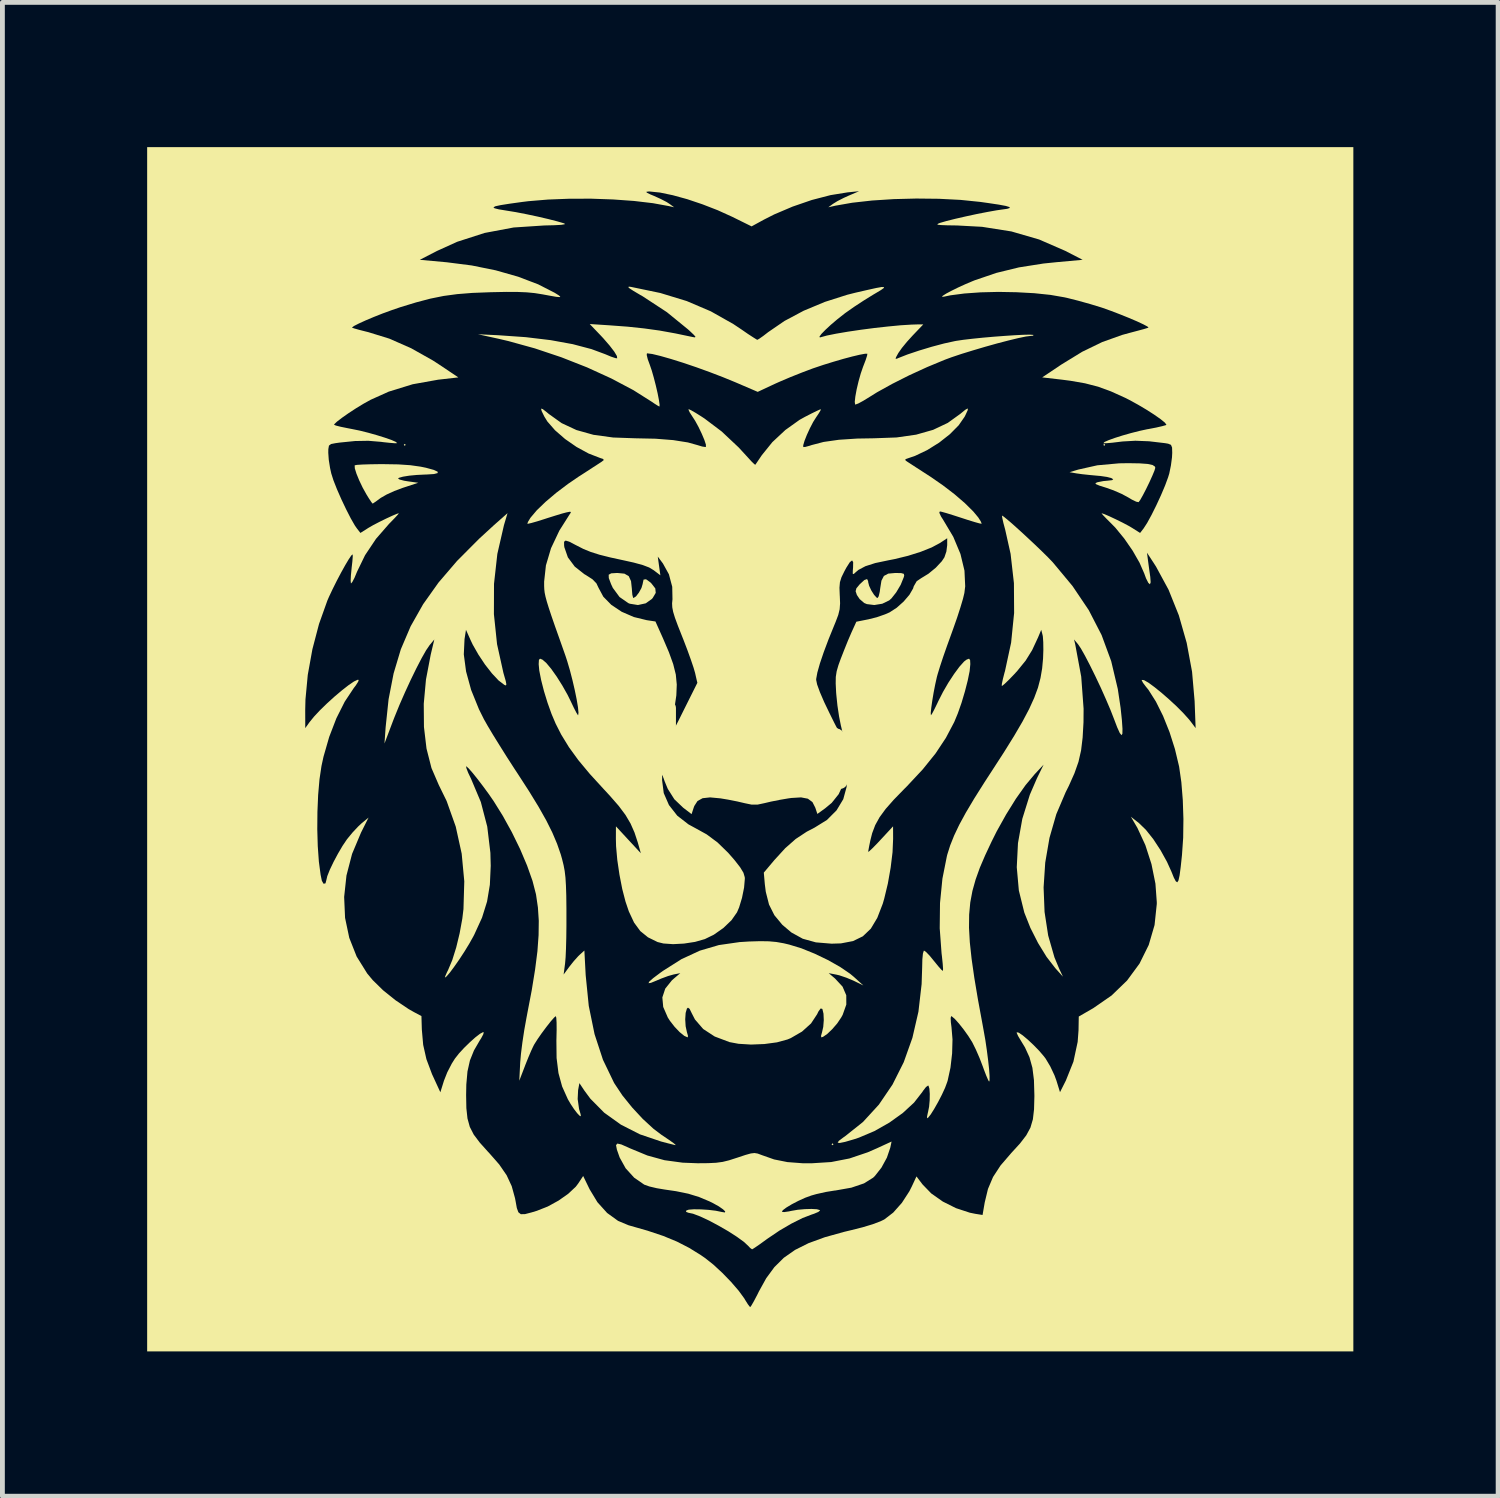
<source format=kicad_pcb>
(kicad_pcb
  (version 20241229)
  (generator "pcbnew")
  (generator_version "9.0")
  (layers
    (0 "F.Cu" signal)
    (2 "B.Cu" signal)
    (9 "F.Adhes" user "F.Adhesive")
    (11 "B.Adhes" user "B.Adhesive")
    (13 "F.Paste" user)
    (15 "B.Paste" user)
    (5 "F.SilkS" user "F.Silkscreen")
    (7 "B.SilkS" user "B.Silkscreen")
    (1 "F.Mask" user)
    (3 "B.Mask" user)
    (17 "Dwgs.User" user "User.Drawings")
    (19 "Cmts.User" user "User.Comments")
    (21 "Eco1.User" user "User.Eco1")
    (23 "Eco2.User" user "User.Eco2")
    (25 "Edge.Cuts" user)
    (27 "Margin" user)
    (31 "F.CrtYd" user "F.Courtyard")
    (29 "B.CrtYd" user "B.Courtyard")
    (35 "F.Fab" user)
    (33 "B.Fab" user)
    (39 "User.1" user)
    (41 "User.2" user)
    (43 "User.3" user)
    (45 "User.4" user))
  (footprint "lion"
    (layer "F.Cu")
    (at 12.588 12.46)
    (property "Reference" "lion" (at 0 0 0) (layer "F.SilkS") (effects (font (size 1.524 1.524) (thickness 0.3))))
    (attr through_hole)
    (fp_poly (pts (xy -7.229 -6.29) (xy -7.249 -6.27) (xy -7.269 -6.29) (xy -7.249 -6.31)) (stroke (width 0) (type solid)) (fill yes) (layer "F.SilkS"))
    (fp_poly (pts (xy 1.637 8.207) (xy 1.617 8.227) (xy 1.597 8.207) (xy 1.617 8.187)) (stroke (width 0) (type solid)) (fill yes) (layer "F.SilkS"))
    (fp_poly (pts (xy 7.269 -6.29) (xy 7.249 -6.27) (xy 7.229 -6.29) (xy 7.249 -6.31)) (stroke (width 0) (type solid)) (fill yes) (layer "F.SilkS"))
    (fp_poly (pts (xy -2.695 -3.62) (xy -2.606 -3.568) (xy -2.559 -3.465) (xy -2.541 -3.299) (xy -2.541 -3.288) (xy -2.532 -3.183) (xy -2.516 -3.122) (xy -2.509 -3.115) (xy -2.457 -3.148) (xy -2.396 -3.227) (xy -2.343 -3.323) (xy -2.317 -3.41) (xy -2.316 -3.42) (xy -2.299 -3.497) (xy -2.248 -3.504) (xy -2.16 -3.441) (xy -2.135 -3.416) (xy -2.056 -3.314) (xy -2.047 -3.222) (xy -2.109 -3.117) (xy -2.127 -3.096) (xy -2.255 -3.005) (xy -2.416 -2.97) (xy -2.584 -2.997) (xy -2.616 -3.01) (xy -2.797 -3.136) (xy -2.937 -3.326) (xy -2.973 -3.404) (xy -3.02 -3.529) (xy -3.022 -3.598) (xy -2.97 -3.627) (xy -2.853 -3.634) (xy -2.837 -3.634)) (stroke (width 0) (type solid)) (fill yes) (layer "F.SilkS"))
    (fp_poly (pts (xy 3.039 -3.632) (xy 3.094 -3.617) (xy 3.103 -3.582) (xy 3.093 -3.544) (xy 3.03 -3.389) (xy 2.938 -3.234) (xy 2.839 -3.108) (xy 2.792 -3.066) (xy 2.649 -2.997) (xy 2.483 -2.97) (xy 2.329 -2.989) (xy 2.274 -3.012) (xy 2.18 -3.093) (xy 2.122 -3.178) (xy 2.096 -3.256) (xy 2.112 -3.317) (xy 2.178 -3.396) (xy 2.182 -3.401) (xy 2.277 -3.488) (xy 2.333 -3.509) (xy 2.355 -3.466) (xy 2.356 -3.445) (xy 2.376 -3.368) (xy 2.422 -3.27) (xy 2.48 -3.179) (xy 2.533 -3.122) (xy 2.55 -3.115) (xy 2.574 -3.151) (xy 2.596 -3.243) (xy 2.605 -3.313) (xy 2.631 -3.475) (xy 2.682 -3.573) (xy 2.772 -3.621) (xy 2.916 -3.634) (xy 2.923 -3.634)) (stroke (width 0) (type solid)) (fill yes) (layer "F.SilkS"))
    (fp_poly (pts (xy -7.385 -5.885) (xy -7.134 -5.868) (xy -6.921 -5.838) (xy -6.809 -5.815) (xy -6.649 -5.771) (xy -6.568 -5.734) (xy -6.566 -5.705) (xy -6.643 -5.685) (xy -6.799 -5.675) (xy -6.834 -5.674) (xy -7 -5.666) (xy -7.158 -5.651) (xy -7.287 -5.63) (xy -7.369 -5.607) (xy -7.388 -5.591) (xy -7.353 -5.57) (xy -7.26 -5.546) (xy -7.179 -5.533) (xy -6.969 -5.504) (xy -7.292 -5.398) (xy -7.463 -5.334) (xy -7.623 -5.261) (xy -7.742 -5.193) (xy -7.758 -5.182) (xy -7.847 -5.116) (xy -7.905 -5.077) (xy -7.915 -5.072) (xy -7.941 -5.103) (xy -7.994 -5.183) (xy -8.041 -5.259) (xy -8.121 -5.403) (xy -8.193 -5.554) (xy -8.25 -5.693) (xy -8.284 -5.802) (xy -8.287 -5.862) (xy -8.285 -5.866) (xy -8.238 -5.875) (xy -8.126 -5.882) (xy -7.965 -5.887) (xy -7.769 -5.89) (xy -7.694 -5.89)) (stroke (width 0) (type solid)) (fill yes) (layer "F.SilkS"))
    (fp_poly (pts (xy 7.984 -5.906) (xy 8.149 -5.894) (xy 8.251 -5.872) (xy 8.3 -5.839) (xy 8.307 -5.814) (xy 8.29 -5.756) (xy 8.246 -5.65) (xy 8.185 -5.515) (xy 8.116 -5.373) (xy 8.049 -5.244) (xy 7.994 -5.147) (xy 7.961 -5.102) (xy 7.961 -5.102) (xy 7.911 -5.112) (xy 7.82 -5.156) (xy 7.748 -5.199) (xy 7.613 -5.272) (xy 7.441 -5.347) (xy 7.289 -5.401) (xy 7.149 -5.445) (xy 7.078 -5.475) (xy 7.066 -5.496) (xy 7.103 -5.513) (xy 7.109 -5.515) (xy 7.23 -5.539) (xy 7.318 -5.547) (xy 7.412 -5.558) (xy 7.435 -5.577) (xy 7.396 -5.601) (xy 7.304 -5.625) (xy 7.167 -5.645) (xy 7.119 -5.649) (xy 6.948 -5.665) (xy 6.789 -5.682) (xy 6.675 -5.698) (xy 6.669 -5.699) (xy 6.53 -5.723) (xy 6.709 -5.777) (xy 7.106 -5.866) (xy 7.559 -5.907) (xy 7.748 -5.91)) (stroke (width 0) (type solid)) (fill yes) (layer "F.SilkS"))
    (fp_poly (pts (xy 0.299 4) (xy 0.453 4.014) (xy 0.606 4.041) (xy 0.72 4.068) (xy 0.972 4.145) (xy 1.246 4.256) (xy 1.521 4.388) (xy 1.773 4.53) (xy 1.981 4.672) (xy 2.057 4.735) (xy 2.256 4.915) (xy 2.055 4.817) (xy 1.907 4.755) (xy 1.759 4.705) (xy 1.695 4.69) (xy 1.538 4.66) (xy 1.669 4.771) (xy 1.825 4.939) (xy 1.902 5.118) (xy 1.903 5.311) (xy 1.827 5.525) (xy 1.797 5.579) (xy 1.715 5.701) (xy 1.612 5.82) (xy 1.509 5.919) (xy 1.421 5.98) (xy 1.385 5.991) (xy 1.379 5.959) (xy 1.399 5.888) (xy 1.425 5.774) (xy 1.436 5.634) (xy 1.43 5.5) (xy 1.408 5.407) (xy 1.404 5.4) (xy 1.371 5.392) (xy 1.325 5.455) (xy 1.297 5.513) (xy 1.172 5.702) (xy 0.985 5.871) (xy 0.752 6.006) (xy 0.682 6.035) (xy 0.466 6.094) (xy 0.205 6.129) (xy -0.072 6.14) (xy -0.332 6.124) (xy -0.518 6.089) (xy -0.825 5.973) (xy -1.064 5.817) (xy -1.234 5.62) (xy -1.299 5.494) (xy -1.345 5.4) (xy -1.379 5.375) (xy -1.401 5.395) (xy -1.427 5.484) (xy -1.436 5.617) (xy -1.427 5.761) (xy -1.401 5.882) (xy -1.399 5.888) (xy -1.378 5.962) (xy -1.385 5.991) (xy -1.455 5.96) (xy -1.551 5.882) (xy -1.656 5.772) (xy -1.752 5.649) (xy -1.797 5.579) (xy -1.892 5.36) (xy -1.91 5.163) (xy -1.85 4.981) (xy -1.713 4.81) (xy -1.669 4.771) (xy -1.538 4.66) (xy -1.675 4.687) (xy -1.789 4.719) (xy -1.935 4.773) (xy -2.029 4.813) (xy -2.147 4.861) (xy -2.197 4.868) (xy -2.181 4.835) (xy -2.1 4.763) (xy -1.952 4.652) (xy -1.899 4.614) (xy -1.514 4.37) (xy -1.134 4.194) (xy -0.739 4.078) (xy -0.308 4.016) (xy -0.118 4.004) (xy 0.117 3.997)) (stroke (width 0) (type solid)) (fill yes) (layer "F.SilkS"))
    (fp_poly (pts (xy 2.814 8.278) (xy 2.744 8.484) (xy 2.631 8.691) (xy 2.496 8.863) (xy 2.459 8.899) (xy 2.27 9.017) (xy 2.008 9.106) (xy 1.675 9.165) (xy 1.659 9.166) (xy 1.48 9.195) (xy 1.283 9.239) (xy 1.18 9.268) (xy 1.051 9.315) (xy 0.91 9.379) (xy 0.775 9.449) (xy 0.662 9.517) (xy 0.587 9.573) (xy 0.568 9.607) (xy 0.569 9.608) (xy 0.616 9.612) (xy 0.713 9.598) (xy 0.764 9.587) (xy 0.897 9.564) (xy 1.043 9.551) (xy 1.182 9.547) (xy 1.292 9.553) (xy 1.353 9.57) (xy 1.358 9.579) (xy 1.323 9.609) (xy 1.236 9.646) (xy 1.188 9.662) (xy 0.997 9.735) (xy 0.767 9.85) (xy 0.52 9.994) (xy 0.277 10.158) (xy 0.235 10.188) (xy 0.111 10.278) (xy 0.012 10.346) (xy -0.044 10.381) (xy -0.05 10.384) (xy -0.089 10.357) (xy -0.124 10.319) (xy -0.218 10.231) (xy -0.364 10.125) (xy -0.544 10.009) (xy -0.742 9.895) (xy -0.94 9.789) (xy -1.124 9.703) (xy -1.274 9.646) (xy -1.37 9.626) (xy -1.419 9.607) (xy -1.414 9.58) (xy -1.364 9.562) (xy -1.256 9.554) (xy -1.112 9.556) (xy -0.954 9.566) (xy -0.804 9.584) (xy -0.682 9.609) (xy -0.679 9.61) (xy -0.613 9.62) (xy -0.607 9.599) (xy -0.652 9.555) (xy -0.739 9.494) (xy -0.859 9.427) (xy -0.934 9.39) (xy -1.151 9.299) (xy -1.373 9.231) (xy -1.627 9.179) (xy -1.86 9.145) (xy -2.027 9.117) (xy -2.179 9.081) (xy -2.286 9.043) (xy -2.287 9.042) (xy -2.494 8.899) (xy -2.671 8.704) (xy -2.793 8.484) (xy -2.796 8.477) (xy -2.852 8.318) (xy -2.87 8.225) (xy -2.843 8.192) (xy -2.761 8.21) (xy -2.618 8.273) (xy -2.586 8.288) (xy -2.221 8.439) (xy -1.865 8.537) (xy -1.489 8.588) (xy -1.178 8.6) (xy -0.96 8.598) (xy -0.797 8.59) (xy -0.661 8.572) (xy -0.527 8.539) (xy -0.369 8.488) (xy -0.353 8.483) (xy -0.188 8.428) (xy -0.077 8.397) (xy 0.000227 8.388) (xy 0.066 8.399) (xy 0.141 8.427) (xy 0.146 8.429) (xy 0.407 8.521) (xy 0.683 8.576) (xy 0.998 8.6) (xy 1.178 8.601) (xy 1.589 8.575) (xy 1.968 8.501) (xy 2.347 8.373) (xy 2.537 8.29) (xy 2.841 8.15)) (stroke (width 0) (type solid)) (fill yes) (layer "F.SilkS"))
    (fp_poly (pts (xy -2.556 -9.563) (xy -1.951 -9.437) (xy -1.404 -9.27) (xy -0.905 -9.057) (xy -0.439 -8.794) (xy -0.271 -8.682) (xy -0.135 -8.588) (xy -0.024 -8.516) (xy 0.045 -8.473) (xy 0.06 -8.467) (xy 0.1 -8.49) (xy 0.184 -8.549) (xy 0.285 -8.627) (xy 0.622 -8.858) (xy 1.02 -9.07) (xy 1.459 -9.253) (xy 1.92 -9.4) (xy 2.09 -9.443) (xy 2.343 -9.501) (xy 2.523 -9.541) (xy 2.635 -9.561) (xy 2.685 -9.56) (xy 2.678 -9.539) (xy 2.619 -9.497) (xy 2.512 -9.433) (xy 2.456 -9.4) (xy 2.267 -9.283) (xy 2.061 -9.148) (xy 1.879 -9.02) (xy 1.857 -9.003) (xy 1.714 -8.89) (xy 1.582 -8.778) (xy 1.47 -8.674) (xy 1.388 -8.59) (xy 1.347 -8.534) (xy 1.354 -8.516) (xy 1.368 -8.519) (xy 1.499 -8.555) (xy 1.692 -8.594) (xy 1.933 -8.635) (xy 2.203 -8.675) (xy 2.486 -8.712) (xy 2.767 -8.743) (xy 3.027 -8.768) (xy 3.252 -8.782) (xy 3.377 -8.786) (xy 3.498 -8.786) (xy 3.277 -8.555) (xy 3.159 -8.425) (xy 3.055 -8.298) (xy 2.984 -8.197) (xy 2.979 -8.189) (xy 2.932 -8.103) (xy 2.925 -8.071) (xy 2.957 -8.078) (xy 2.979 -8.088) (xy 3.17 -8.163) (xy 3.412 -8.244) (xy 3.674 -8.323) (xy 3.929 -8.391) (xy 4.148 -8.439) (xy 4.18 -8.445) (xy 4.328 -8.467) (xy 4.517 -8.489) (xy 4.732 -8.511) (xy 4.96 -8.531) (xy 5.186 -8.548) (xy 5.394 -8.562) (xy 5.572 -8.571) (xy 5.704 -8.574) (xy 5.776 -8.569) (xy 5.785 -8.566) (xy 5.768 -8.551) (xy 5.719 -8.547) (xy 5.623 -8.535) (xy 5.466 -8.502) (xy 5.263 -8.453) (xy 5.029 -8.392) (xy 4.779 -8.322) (xy 4.529 -8.248) (xy 4.292 -8.175) (xy 4.083 -8.105) (xy 3.945 -8.054) (xy 3.579 -7.902) (xy 3.208 -7.732) (xy 2.855 -7.554) (xy 2.541 -7.38) (xy 2.382 -7.281) (xy 2.253 -7.202) (xy 2.151 -7.147) (xy 2.092 -7.125) (xy 2.086 -7.126) (xy 2.078 -7.18) (xy 2.09 -7.291) (xy 2.117 -7.439) (xy 2.156 -7.604) (xy 2.202 -7.768) (xy 2.251 -7.91) (xy 2.257 -7.925) (xy 2.305 -8.05) (xy 2.334 -8.141) (xy 2.339 -8.178) (xy 2.291 -8.178) (xy 2.182 -8.158) (xy 2.026 -8.121) (xy 1.838 -8.071) (xy 1.633 -8.011) (xy 1.426 -7.947) (xy 1.23 -7.881) (xy 1.212 -7.875) (xy 0.989 -7.791) (xy 0.75 -7.696) (xy 0.529 -7.602) (xy 0.417 -7.552) (xy 0.067 -7.388) (xy -0.401 -7.589) (xy -0.655 -7.693) (xy -0.929 -7.798) (xy -1.208 -7.899) (xy -1.48 -7.991) (xy -1.732 -8.07) (xy -1.949 -8.132) (xy -2.119 -8.173) (xy -2.228 -8.187) (xy -2.229 -8.187) (xy -2.234 -8.154) (xy -2.213 -8.066) (xy -2.168 -7.943) (xy -2.167 -7.94) (xy -2.129 -7.829) (xy -2.087 -7.682) (xy -2.045 -7.519) (xy -2.008 -7.358) (xy -1.981 -7.219) (xy -1.967 -7.121) (xy -1.97 -7.083) (xy -2.003 -7.1) (xy -2.08 -7.149) (xy -2.117 -7.175) (xy -2.509 -7.423) (xy -2.966 -7.665) (xy -3.469 -7.895) (xy -4.003 -8.105) (xy -4.552 -8.289) (xy -5.098 -8.44) (xy -5.293 -8.486) (xy -5.731 -8.582) (xy -5.312 -8.562) (xy -4.742 -8.522) (xy -4.225 -8.46) (xy -3.768 -8.377) (xy -3.378 -8.274) (xy -3.095 -8.169) (xy -2.973 -8.118) (xy -2.883 -8.088) (xy -2.846 -8.083) (xy -2.852 -8.131) (xy -2.907 -8.223) (xy -3.004 -8.349) (xy -3.134 -8.499) (xy -3.192 -8.561) (xy -3.415 -8.794) (xy -3.015 -8.768) (xy -2.626 -8.739) (xy -2.287 -8.703) (xy -1.969 -8.659) (xy -1.642 -8.6) (xy -1.298 -8.528) (xy -1.239 -8.517) (xy -1.222 -8.527) (xy -1.253 -8.566) (xy -1.337 -8.646) (xy -1.378 -8.683) (xy -1.816 -9.04) (xy -2.318 -9.369) (xy -2.366 -9.396) (xy -2.513 -9.483) (xy -2.595 -9.537) (xy -2.619 -9.563) (xy -2.591 -9.568)) (stroke (width 0) (type solid)) (fill yes) (layer "F.SilkS"))
    (fp_poly (pts (xy -5.193 -4.624) (xy -5.33 -4.029) (xy -5.399 -3.409) (xy -5.401 -2.78) (xy -5.336 -2.159) (xy -5.204 -1.563) (xy -5.194 -1.528) (xy -5.156 -1.396) (xy -5.143 -1.326) (xy -5.152 -1.303) (xy -5.185 -1.315) (xy -5.186 -1.316) (xy -5.304 -1.406) (xy -5.441 -1.552) (xy -5.585 -1.736) (xy -5.722 -1.942) (xy -5.841 -2.151) (xy -5.884 -2.242) (xy -5.98 -2.456) (xy -6.01 -2.263) (xy -6.025 -1.947) (xy -5.978 -1.593) (xy -5.873 -1.21) (xy -5.711 -0.81) (xy -5.607 -0.601) (xy -5.531 -0.467) (xy -5.42 -0.281) (xy -5.283 -0.06) (xy -5.131 0.182) (xy -4.971 0.43) (xy -4.913 0.518) (xy -4.671 0.892) (xy -4.474 1.214) (xy -4.315 1.496) (xy -4.19 1.747) (xy -4.092 1.978) (xy -4.015 2.2) (xy -3.988 2.296) (xy -3.957 2.421) (xy -3.934 2.543) (xy -3.918 2.679) (xy -3.908 2.844) (xy -3.901 3.053) (xy -3.898 3.322) (xy -3.898 3.415) (xy -3.898 3.677) (xy -3.901 3.929) (xy -3.907 4.153) (xy -3.915 4.332) (xy -3.925 4.449) (xy -3.925 4.451) (xy -3.956 4.688) (xy -3.841 4.531) (xy -3.748 4.414) (xy -3.654 4.309) (xy -3.626 4.282) (xy -3.526 4.191) (xy -3.499 4.701) (xy -3.435 5.339) (xy -3.315 5.924) (xy -3.141 6.455) (xy -2.913 6.929) (xy -2.898 6.954) (xy -2.738 7.194) (xy -2.536 7.444) (xy -2.315 7.682) (xy -2.092 7.887) (xy -1.929 8.01) (xy -1.773 8.115) (xy -1.677 8.183) (xy -1.636 8.218) (xy -1.639 8.225) (xy -1.684 8.214) (xy -1.785 8.189) (xy -1.922 8.153) (xy -1.937 8.149) (xy -2.374 8.001) (xy -2.769 7.8) (xy -3.115 7.552) (xy -3.401 7.263) (xy -3.526 7.094) (xy -3.629 6.939) (xy -3.656 7.084) (xy -3.665 7.269) (xy -3.636 7.475) (xy -3.605 7.581) (xy -3.598 7.626) (xy -3.624 7.616) (xy -3.675 7.563) (xy -3.741 7.477) (xy -3.812 7.37) (xy -3.869 7.272) (xy -3.987 7.009) (xy -4.063 6.731) (xy -4.102 6.418) (xy -4.106 6.053) (xy -4.105 6.021) (xy -4.101 5.838) (xy -4.102 5.688) (xy -4.108 5.587) (xy -4.118 5.551) (xy -4.155 5.582) (xy -4.224 5.661) (xy -4.312 5.773) (xy -4.407 5.9) (xy -4.494 6.025) (xy -4.562 6.132) (xy -4.582 6.169) (xy -4.627 6.265) (xy -4.688 6.408) (xy -4.752 6.568) (xy -4.76 6.59) (xy -4.875 6.889) (xy -4.856 6.51) (xy -4.84 6.33) (xy -4.811 6.098) (xy -4.772 5.841) (xy -4.726 5.585) (xy -4.712 5.511) (xy -4.617 5.014) (xy -4.547 4.582) (xy -4.499 4.205) (xy -4.475 3.872) (xy -4.471 3.574) (xy -4.489 3.299) (xy -4.527 3.038) (xy -4.531 3.018) (xy -4.601 2.747) (xy -4.713 2.431) (xy -4.858 2.089) (xy -5.029 1.739) (xy -5.218 1.397) (xy -5.404 1.098) (xy -5.511 0.943) (xy -5.627 0.785) (xy -5.741 0.636) (xy -5.842 0.51) (xy -5.922 0.419) (xy -5.97 0.375) (xy -5.978 0.374) (xy -5.97 0.415) (xy -5.934 0.508) (xy -5.876 0.629) (xy -5.672 1.113) (xy -5.539 1.623) (xy -5.474 2.166) (xy -5.467 2.436) (xy -5.485 2.828) (xy -5.543 3.176) (xy -5.647 3.509) (xy -5.806 3.857) (xy -5.827 3.898) (xy -5.91 4.046) (xy -6.01 4.21) (xy -6.117 4.374) (xy -6.222 4.524) (xy -6.313 4.647) (xy -6.382 4.727) (xy -6.417 4.753) (xy -6.409 4.721) (xy -6.374 4.641) (xy -6.351 4.596) (xy -6.264 4.389) (xy -6.182 4.126) (xy -6.111 3.832) (xy -6.056 3.531) (xy -6.032 3.332) (xy -6.015 2.757) (xy -6.069 2.183) (xy -6.192 1.623) (xy -6.381 1.092) (xy -6.544 0.759) (xy -6.695 0.409) (xy -6.798 0.005) (xy -6.851 -0.443) (xy -6.855 -0.923) (xy -6.809 -1.426) (xy -6.711 -1.941) (xy -6.636 -2.256) (xy -6.735 -2.137) (xy -6.806 -2.033) (xy -6.899 -1.869) (xy -7.008 -1.659) (xy -7.125 -1.419) (xy -7.244 -1.161) (xy -7.358 -0.901) (xy -7.459 -0.653) (xy -7.491 -0.571) (xy -7.669 -0.1) (xy -7.645 -0.439) (xy -7.584 -1.017) (xy -7.48 -1.552) (xy -7.33 -2.053) (xy -7.127 -2.529) (xy -6.868 -2.987) (xy -6.549 -3.436) (xy -6.164 -3.885) (xy -5.709 -4.342) (xy -5.402 -4.624) (xy -5.119 -4.874)) (stroke (width 0) (type solid)) (fill yes) (layer "F.SilkS"))
    (fp_poly (pts (xy 5.163 -4.804) (xy 5.243 -4.739) (xy 5.359 -4.639) (xy 5.498 -4.514) (xy 5.651 -4.373) (xy 5.806 -4.228) (xy 5.953 -4.087) (xy 6.08 -3.962) (xy 6.176 -3.862) (xy 6.181 -3.857) (xy 6.592 -3.363) (xy 6.928 -2.864) (xy 7.194 -2.348) (xy 7.393 -1.807) (xy 7.53 -1.229) (xy 7.588 -0.839) (xy 7.615 -0.583) (xy 7.627 -0.404) (xy 7.625 -0.301) (xy 7.606 -0.273) (xy 7.57 -0.319) (xy 7.517 -0.436) (xy 7.455 -0.599) (xy 7.379 -0.794) (xy 7.283 -1.019) (xy 7.176 -1.259) (xy 7.063 -1.498) (xy 6.952 -1.723) (xy 6.851 -1.917) (xy 6.766 -2.068) (xy 6.706 -2.157) (xy 6.623 -2.256) (xy 6.647 -2.157) (xy 6.772 -1.484) (xy 6.821 -0.82) (xy 6.819 -0.539) (xy 6.801 -0.222) (xy 6.769 0.043) (xy 6.715 0.28) (xy 6.632 0.516) (xy 6.515 0.778) (xy 6.449 0.91) (xy 6.255 1.366) (xy 6.114 1.856) (xy 6.026 2.367) (xy 5.992 2.883) (xy 6.012 3.392) (xy 6.087 3.88) (xy 6.217 4.333) (xy 6.317 4.573) (xy 6.393 4.733) (xy 6.236 4.558) (xy 6.054 4.323) (xy 5.877 4.035) (xy 5.718 3.721) (xy 5.593 3.406) (xy 5.591 3.399) (xy 5.479 2.946) (xy 5.436 2.464) (xy 5.461 1.965) (xy 5.551 1.461) (xy 5.707 0.961) (xy 5.855 0.619) (xy 5.992 0.339) (xy 5.805 0.539) (xy 5.618 0.763) (xy 5.418 1.045) (xy 5.216 1.37) (xy 5.021 1.719) (xy 4.912 1.937) (xy 4.78 2.219) (xy 4.67 2.476) (xy 4.583 2.719) (xy 4.517 2.955) (xy 4.472 3.195) (xy 4.449 3.446) (xy 4.446 3.719) (xy 4.463 4.022) (xy 4.5 4.365) (xy 4.556 4.756) (xy 4.631 5.204) (xy 4.726 5.719) (xy 4.749 5.846) (xy 4.785 6.049) (xy 4.816 6.26) (xy 4.842 6.464) (xy 4.862 6.645) (xy 4.872 6.789) (xy 4.872 6.882) (xy 4.863 6.909) (xy 4.842 6.874) (xy 4.802 6.781) (xy 4.751 6.648) (xy 4.734 6.6) (xy 4.665 6.42) (xy 4.587 6.241) (xy 4.516 6.098) (xy 4.512 6.09) (xy 4.432 5.963) (xy 4.337 5.83) (xy 4.239 5.706) (xy 4.153 5.61) (xy 4.091 5.557) (xy 4.077 5.551) (xy 4.066 5.587) (xy 4.07 5.679) (xy 4.083 5.781) (xy 4.104 6.032) (xy 4.096 6.323) (xy 4.062 6.618) (xy 4.004 6.885) (xy 3.994 6.917) (xy 3.95 7.036) (xy 3.884 7.179) (xy 3.806 7.33) (xy 3.726 7.471) (xy 3.654 7.586) (xy 3.599 7.655) (xy 3.578 7.668) (xy 3.576 7.634) (xy 3.593 7.553) (xy 3.597 7.538) (xy 3.619 7.427) (xy 3.631 7.294) (xy 3.633 7.162) (xy 3.625 7.054) (xy 3.607 6.995) (xy 3.598 6.989) (xy 3.555 7.02) (xy 3.495 7.097) (xy 3.477 7.125) (xy 3.307 7.343) (xy 3.074 7.558) (xy 2.795 7.758) (xy 2.486 7.933) (xy 2.165 8.069) (xy 2.063 8.103) (xy 1.878 8.157) (xy 1.765 8.18) (xy 1.723 8.173) (xy 1.748 8.136) (xy 1.84 8.066) (xy 1.878 8.04) (xy 2.249 7.744) (xy 2.578 7.385) (xy 2.86 6.97) (xy 3.093 6.506) (xy 3.273 6) (xy 3.398 5.458) (xy 3.464 4.886) (xy 3.475 4.544) (xy 3.479 4.374) (xy 3.491 4.253) (xy 3.509 4.196) (xy 3.515 4.193) (xy 3.558 4.223) (xy 3.632 4.3) (xy 3.721 4.409) (xy 3.723 4.411) (xy 3.809 4.517) (xy 3.874 4.59) (xy 3.906 4.614) (xy 3.906 4.614) (xy 3.908 4.57) (xy 3.901 4.467) (xy 3.886 4.321) (xy 3.877 4.247) (xy 3.839 3.73) (xy 3.845 3.207) (xy 3.895 2.701) (xy 3.987 2.238) (xy 3.995 2.205) (xy 4.056 2.012) (xy 4.137 1.809) (xy 4.243 1.586) (xy 4.38 1.334) (xy 4.553 1.043) (xy 4.766 0.705) (xy 4.913 0.479) (xy 5.17 0.082) (xy 5.382 -0.259) (xy 5.555 -0.555) (xy 5.692 -0.814) (xy 5.797 -1.045) (xy 5.875 -1.256) (xy 5.928 -1.458) (xy 5.962 -1.657) (xy 5.981 -1.863) (xy 5.987 -2.04) (xy 5.985 -2.199) (xy 5.977 -2.315) (xy 5.972 -2.343) (xy 5.943 -2.456) (xy 5.876 -2.296) (xy 5.755 -2.036) (xy 5.62 -1.818) (xy 5.447 -1.605) (xy 5.386 -1.538) (xy 5.276 -1.424) (xy 5.188 -1.339) (xy 5.134 -1.295) (xy 5.125 -1.292) (xy 5.127 -1.335) (xy 5.148 -1.435) (xy 5.183 -1.572) (xy 5.192 -1.602) (xy 5.319 -2.191) (xy 5.381 -2.804) (xy 5.377 -3.423) (xy 5.308 -4.031) (xy 5.196 -4.532) (xy 5.159 -4.67) (xy 5.136 -4.773) (xy 5.129 -4.822) (xy 5.13 -4.824)) (stroke (width 0) (type solid)) (fill yes) (layer "F.SilkS"))
    (fp_poly (pts (xy 4.421 -7.013) (xy 4.378 -6.919) (xy 4.356 -6.874) (xy 4.232 -6.695) (xy 4.05 -6.511) (xy 3.826 -6.335) (xy 3.579 -6.181) (xy 3.327 -6.061) (xy 3.195 -6.016) (xy 3.127 -5.992) (xy 3.131 -5.966) (xy 3.169 -5.939) (xy 3.231 -5.899) (xy 3.343 -5.826) (xy 3.49 -5.731) (xy 3.648 -5.629) (xy 3.901 -5.454) (xy 4.144 -5.268) (xy 4.36 -5.082) (xy 4.534 -4.91) (xy 4.638 -4.785) (xy 4.689 -4.705) (xy 4.708 -4.658) (xy 4.707 -4.655) (xy 4.666 -4.661) (xy 4.565 -4.689) (xy 4.422 -4.733) (xy 4.293 -4.775) (xy 4.123 -4.83) (xy 3.978 -4.875) (xy 3.877 -4.903) (xy 3.842 -4.91) (xy 3.83 -4.883) (xy 3.866 -4.805) (xy 3.906 -4.743) (xy 4.12 -4.384) (xy 4.269 -4.028) (xy 4.352 -3.683) (xy 4.367 -3.358) (xy 4.35 -3.219) (xy 4.321 -3.099) (xy 4.269 -2.924) (xy 4.201 -2.713) (xy 4.121 -2.485) (xy 4.076 -2.36) (xy 3.992 -2.128) (xy 3.912 -1.9) (xy 3.845 -1.697) (xy 3.796 -1.537) (xy 3.78 -1.478) (xy 3.746 -1.326) (xy 3.713 -1.157) (xy 3.685 -0.99) (xy 3.664 -0.842) (xy 3.653 -0.735) (xy 3.656 -0.685) (xy 3.656 -0.685) (xy 3.677 -0.712) (xy 3.722 -0.796) (xy 3.784 -0.922) (xy 3.81 -0.978) (xy 3.906 -1.167) (xy 4.018 -1.36) (xy 4.136 -1.54) (xy 4.248 -1.692) (xy 4.344 -1.799) (xy 4.395 -1.838) (xy 4.447 -1.858) (xy 4.469 -1.828) (xy 4.473 -1.744) (xy 4.459 -1.6) (xy 4.419 -1.404) (xy 4.361 -1.178) (xy 4.291 -0.943) (xy 4.213 -0.721) (xy 4.14 -0.545) (xy 3.967 -0.217) (xy 3.753 0.106) (xy 3.488 0.435) (xy 3.162 0.784) (xy 3.11 0.836) (xy 2.887 1.065) (xy 2.717 1.258) (xy 2.592 1.429) (xy 2.502 1.592) (xy 2.439 1.759) (xy 2.401 1.909) (xy 2.376 2.031) (xy 2.36 2.12) (xy 2.356 2.147) (xy 2.381 2.131) (xy 2.448 2.068) (xy 2.546 1.968) (xy 2.614 1.895) (xy 2.872 1.617) (xy 2.873 1.877) (xy 2.861 2.154) (xy 2.822 2.474) (xy 2.764 2.803) (xy 2.69 3.111) (xy 2.659 3.219) (xy 2.545 3.514) (xy 2.411 3.738) (xy 2.246 3.896) (xy 2.043 3.995) (xy 1.792 4.043) (xy 1.597 4.049) (xy 1.273 4.022) (xy 1.001 3.947) (xy 0.765 3.817) (xy 0.577 3.658) (xy 0.412 3.459) (xy 0.301 3.238) (xy 0.234 2.974) (xy 0.214 2.816) (xy 0.193 2.576) (xy 0.412 2.316) (xy 0.637 2.07) (xy 0.854 1.879) (xy 1.083 1.728) (xy 1.246 1.643) (xy 1.501 1.485) (xy 1.701 1.285) (xy 1.84 1.054) (xy 1.909 0.801) (xy 1.915 0.682) (xy 1.913 0.539) (xy 1.851 0.719) (xy 1.745 0.95) (xy 1.6 1.131) (xy 1.465 1.243) (xy 1.303 1.36) (xy 1.26 1.23) (xy 1.201 1.114) (xy 1.106 1.044) (xy 0.965 1.017) (xy 0.765 1.029) (xy 0.706 1.037) (xy 0.524 1.068) (xy 0.339 1.105) (xy 0.208 1.136) (xy 0.062 1.167) (xy -0.059 1.167) (xy -0.204 1.137) (xy -0.208 1.136) (xy -0.358 1.101) (xy -0.545 1.064) (xy -0.706 1.037) (xy -0.921 1.017) (xy -1.076 1.034) (xy -1.181 1.092) (xy -1.248 1.196) (xy -1.261 1.232) (xy -1.304 1.364) (xy -1.479 1.23) (xy -1.661 1.056) (xy -1.797 0.841) (xy -1.862 0.685) (xy -1.913 0.539) (xy -1.915 0.662) (xy -1.881 0.928) (xy -1.773 1.176) (xy -1.601 1.396) (xy -1.369 1.576) (xy -1.246 1.643) (xy -0.992 1.783) (xy -0.766 1.951) (xy -0.546 2.165) (xy -0.415 2.315) (xy -0.298 2.465) (xy -0.229 2.579) (xy -0.202 2.671) (xy -0.2 2.702) (xy -0.216 2.887) (xy -0.259 3.1) (xy -0.319 3.298) (xy -0.363 3.4) (xy -0.477 3.563) (xy -0.645 3.724) (xy -0.843 3.863) (xy -1.029 3.954) (xy -1.232 4.012) (xy -1.461 4.047) (xy -1.688 4.059) (xy -1.888 4.045) (xy -2.009 4.015) (xy -2.208 3.917) (xy -2.368 3.787) (xy -2.496 3.612) (xy -2.605 3.379) (xy -2.674 3.175) (xy -2.741 2.916) (xy -2.799 2.618) (xy -2.844 2.312) (xy -2.869 2.03) (xy -2.873 1.877) (xy -2.872 1.617) (xy -2.614 1.896) (xy -2.356 2.174) (xy -2.418 1.955) (xy -2.487 1.745) (xy -2.569 1.559) (xy -2.674 1.381) (xy -2.813 1.195) (xy -2.997 0.984) (xy -3.123 0.848) (xy -3.414 0.53) (xy -3.651 0.245) (xy -3.845 -0.022) (xy -4.006 -0.285) (xy -4.121 -0.511) (xy -4.206 -0.711) (xy -4.289 -0.943) (xy -4.363 -1.184) (xy -4.422 -1.415) (xy -4.461 -1.613) (xy -4.473 -1.744) (xy -4.468 -1.833) (xy -4.445 -1.858) (xy -4.395 -1.838) (xy -4.317 -1.771) (xy -4.215 -1.649) (xy -4.1 -1.487) (xy -3.983 -1.301) (xy -3.874 -1.108) (xy -3.81 -0.978) (xy -3.745 -0.841) (xy -3.692 -0.739) (xy -3.66 -0.688) (xy -3.655 -0.685) (xy -3.648 -0.739) (xy -3.659 -0.854) (xy -3.686 -1.015) (xy -3.725 -1.206) (xy -3.773 -1.413) (xy -3.826 -1.618) (xy -3.882 -1.808) (xy -3.917 -1.915) (xy -4.037 -2.255) (xy -4.134 -2.528) (xy -4.209 -2.745) (xy -4.265 -2.914) (xy -4.305 -3.044) (xy -4.332 -3.145) (xy -4.349 -3.226) (xy -4.357 -3.296) (xy -4.36 -3.365) (xy -4.36 -3.441) (xy -4.36 -3.455) (xy -4.323 -3.792) (xy -4.217 -4.148) (xy -4.154 -4.281) (xy -3.947 -4.281) (xy -3.946 -4.206) (xy -3.941 -4.168) (xy -3.868 -3.958) (xy -3.726 -3.767) (xy -3.526 -3.609) (xy -3.496 -3.592) (xy -3.359 -3.504) (xy -3.277 -3.42) (xy -3.232 -3.326) (xy -3.133 -3.142) (xy -2.968 -2.974) (xy -2.752 -2.83) (xy -2.5 -2.721) (xy -2.233 -2.656) (xy -2.053 -2.629) (xy -1.898 -2.283) (xy -1.773 -1.99) (xy -1.685 -1.746) (xy -1.631 -1.53) (xy -1.611 -1.321) (xy -1.62 -1.098) (xy -1.658 -0.84) (xy -1.718 -0.546) (xy -1.752 -0.386) (xy -1.778 -0.256) (xy -1.793 -0.177) (xy -1.794 -0.162) (xy -1.777 -0.188) (xy -1.729 -0.275) (xy -1.658 -0.412) (xy -1.569 -0.586) (xy -1.488 -0.749) (xy -1.184 -1.358) (xy -1.199 -1.419) (xy 1.278 -1.419) (xy 1.298 -1.323) (xy 1.355 -1.166) (xy 1.445 -0.957) (xy 1.557 -0.724) (xy 1.652 -0.532) (xy 1.736 -0.368) (xy 1.801 -0.244) (xy 1.841 -0.172) (xy 1.851 -0.16) (xy 1.85 -0.195) (xy 1.832 -0.29) (xy 1.802 -0.426) (xy 1.791 -0.469) (xy 1.753 -0.66) (xy 1.719 -0.887) (xy 1.696 -1.11) (xy 1.692 -1.158) (xy 1.683 -1.344) (xy 1.685 -1.48) (xy 1.703 -1.597) (xy 1.74 -1.725) (xy 1.788 -1.857) (xy 1.86 -2.041) (xy 1.936 -2.23) (xy 2.003 -2.386) (xy 2.009 -2.4) (xy 2.111 -2.624) (xy 2.362 -2.674) (xy 2.534 -2.717) (xy 2.706 -2.777) (xy 2.8 -2.818) (xy 2.948 -2.914) (xy 3.091 -3.042) (xy 3.211 -3.182) (xy 3.287 -3.313) (xy 3.301 -3.359) (xy 3.362 -3.464) (xy 3.454 -3.526) (xy 3.606 -3.619) (xy 3.758 -3.744) (xy 3.882 -3.877) (xy 3.936 -3.958) (xy 3.977 -4.079) (xy 3.994 -4.212) (xy 3.994 -4.354) (xy 3.843 -4.255) (xy 3.673 -4.164) (xy 3.445 -4.073) (xy 3.182 -3.99) (xy 2.903 -3.922) (xy 2.775 -3.897) (xy 2.503 -3.84) (xy 2.3 -3.775) (xy 2.156 -3.699) (xy 2.1 -3.652) (xy 2.055 -3.611) (xy 2.036 -3.619) (xy 2.038 -3.688) (xy 2.043 -3.747) (xy 2.045 -3.858) (xy 2.023 -3.895) (xy 1.976 -3.858) (xy 1.904 -3.745) (xy 1.864 -3.671) (xy 1.803 -3.547) (xy 1.771 -3.444) (xy 1.761 -3.329) (xy 1.767 -3.168) (xy 1.768 -3.16) (xy 1.774 -3.005) (xy 1.765 -2.883) (xy 1.736 -2.764) (xy 1.68 -2.616) (xy 1.652 -2.548) (xy 1.535 -2.26) (xy 1.435 -1.993) (xy 1.356 -1.76) (xy 1.303 -1.572) (xy 1.279 -1.441) (xy 1.278 -1.419) (xy -1.199 -1.419) (xy -1.231 -1.561) (xy -1.263 -1.672) (xy -1.319 -1.837) (xy -1.391 -2.037) (xy -1.473 -2.251) (xy -1.502 -2.324) (xy -1.589 -2.544) (xy -1.649 -2.707) (xy -1.686 -2.828) (xy -1.704 -2.922) (xy -1.708 -3.004) (xy -1.7 -3.089) (xy -1.705 -3.348) (xy -1.774 -3.607) (xy -1.899 -3.833) (xy -1.9 -3.834) (xy -2.005 -3.974) (xy -1.978 -3.78) (xy -1.951 -3.586) (xy -2.089 -3.691) (xy -2.183 -3.748) (xy -2.317 -3.799) (xy -2.504 -3.85) (xy -2.707 -3.895) (xy -2.991 -3.957) (xy -3.214 -4.013) (xy -3.394 -4.07) (xy -3.548 -4.133) (xy -3.695 -4.208) (xy -3.707 -4.214) (xy -3.839 -4.283) (xy -3.915 -4.306) (xy -3.947 -4.281) (xy -4.154 -4.281) (xy -4.045 -4.512) (xy -3.847 -4.825) (xy -3.805 -4.889) (xy -3.82 -4.905) (xy -3.897 -4.89) (xy -3.988 -4.866) (xy -4.129 -4.823) (xy -4.295 -4.771) (xy -4.353 -4.752) (xy -4.505 -4.704) (xy -4.625 -4.67) (xy -4.696 -4.654) (xy -4.707 -4.654) (xy -4.696 -4.692) (xy -4.65 -4.768) (xy -4.638 -4.785) (xy -4.511 -4.935) (xy -4.329 -5.11) (xy -4.108 -5.297) (xy -3.863 -5.482) (xy -3.648 -5.629) (xy -3.483 -5.735) (xy -3.337 -5.83) (xy -3.227 -5.901) (xy -3.169 -5.939) (xy -3.122 -5.976) (xy -3.142 -5.999) (xy -3.195 -6.016) (xy -3.438 -6.11) (xy -3.688 -6.246) (xy -3.926 -6.411) (xy -4.134 -6.592) (xy -4.293 -6.774) (xy -4.357 -6.878) (xy -4.412 -6.991) (xy -4.424 -7.041) (xy -4.389 -7.031) (xy -4.302 -6.963) (xy -4.263 -6.93) (xy -3.997 -6.74) (xy -3.691 -6.597) (xy -3.338 -6.498) (xy -2.93 -6.442) (xy -2.476 -6.426) (xy -2.051 -6.417) (xy -1.684 -6.388) (xy -1.381 -6.34) (xy -1.187 -6.286) (xy -1.084 -6.255) (xy -1.017 -6.245) (xy -1.007 -6.248) (xy -1.008 -6.297) (xy -1.04 -6.394) (xy -1.094 -6.522) (xy -1.16 -6.66) (xy -1.23 -6.788) (xy -1.283 -6.87) (xy -1.342 -6.961) (xy -1.368 -7.018) (xy -1.363 -7.029) (xy -1.316 -7.008) (xy -1.22 -6.953) (xy -1.093 -6.873) (xy -1.034 -6.834) (xy -0.68 -6.567) (xy -0.328 -6.236) (xy -0.145 -6.037) (xy -0.062 -5.946) (xy -0.003 -5.889) (xy 0.017 -5.877) (xy 0.043 -5.915) (xy 0.1 -5.999) (xy 0.152 -6.076) (xy 0.37 -6.346) (xy 0.64 -6.598) (xy 0.934 -6.808) (xy 1.044 -6.869) (xy 1.184 -6.941) (xy 1.297 -6.996) (xy 1.364 -7.026) (xy 1.374 -7.029) (xy 1.367 -7) (xy 1.322 -6.927) (xy 1.28 -6.865) (xy 1.216 -6.764) (xy 1.149 -6.635) (xy 1.086 -6.498) (xy 1.037 -6.374) (xy 1.01 -6.282) (xy 1.011 -6.244) (xy 1.054 -6.247) (xy 1.145 -6.272) (xy 1.187 -6.286) (xy 1.432 -6.35) (xy 1.748 -6.395) (xy 2.127 -6.42) (xy 2.476 -6.426) (xy 2.944 -6.443) (xy 3.35 -6.501) (xy 3.702 -6.601) (xy 4.006 -6.745) (xy 4.263 -6.93) (xy 4.368 -7.016) (xy 4.419 -7.045)) (stroke (width 0) (type solid)) (fill yes) (layer "F.SilkS"))
    (fp_poly (pts (xy 12.412 12.5) (xy -12.588 12.5) (xy -12.588 -0.799) (xy -9.312 -0.799) (xy -9.311 -0.419) (xy -9.225 -0.539) (xy -9.132 -0.654) (xy -9.007 -0.788) (xy -8.861 -0.93) (xy -8.706 -1.071) (xy -8.553 -1.2) (xy -8.415 -1.308) (xy -8.302 -1.385) (xy -8.226 -1.421) (xy -8.203 -1.418) (xy -8.215 -1.38) (xy -8.265 -1.302) (xy -8.305 -1.25) (xy -8.493 -0.967) (xy -8.666 -0.623) (xy -8.815 -0.236) (xy -8.933 0.174) (xy -8.975 0.367) (xy -9.016 0.642) (xy -9.044 0.965) (xy -9.059 1.317) (xy -9.062 1.677) (xy -9.052 2.027) (xy -9.029 2.348) (xy -8.993 2.62) (xy -8.967 2.745) (xy -8.932 2.807) (xy -8.892 2.799) (xy -8.874 2.731) (xy -8.854 2.647) (xy -8.801 2.514) (xy -8.724 2.353) (xy -8.633 2.183) (xy -8.538 2.021) (xy -8.449 1.889) (xy -8.444 1.882) (xy -8.334 1.748) (xy -8.217 1.623) (xy -8.14 1.551) (xy -7.999 1.435) (xy -8.155 1.746) (xy -8.341 2.189) (xy -8.457 2.636) (xy -8.505 3.081) (xy -8.486 3.514) (xy -8.399 3.928) (xy -8.246 4.315) (xy -8.027 4.667) (xy -7.914 4.803) (xy -7.699 5.014) (xy -7.44 5.222) (xy -7.169 5.404) (xy -7.06 5.466) (xy -6.903 5.549) (xy -6.895 5.827) (xy -6.867 6.146) (xy -6.8 6.443) (xy -6.684 6.753) (xy -6.649 6.829) (xy -6.511 7.129) (xy -6.436 6.888) (xy -6.368 6.716) (xy -6.274 6.534) (xy -6.209 6.431) (xy -6.126 6.325) (xy -6.018 6.208) (xy -5.9 6.093) (xy -5.786 5.991) (xy -5.69 5.917) (xy -5.627 5.883) (xy -5.612 5.885) (xy -5.621 5.926) (xy -5.665 6.009) (xy -5.697 6.059) (xy -5.815 6.263) (xy -5.898 6.469) (xy -5.949 6.697) (xy -5.973 6.968) (xy -5.977 7.189) (xy -5.972 7.459) (xy -5.949 7.671) (xy -5.901 7.846) (xy -5.819 8.006) (xy -5.695 8.171) (xy -5.521 8.365) (xy -5.504 8.382) (xy -5.291 8.625) (xy -5.137 8.849) (xy -5.032 9.075) (xy -4.964 9.322) (xy -4.952 9.384) (xy -4.926 9.528) (xy -4.894 9.616) (xy -4.843 9.656) (xy -4.756 9.654) (xy -4.617 9.618) (xy -4.509 9.585) (xy -4.284 9.496) (xy -4.06 9.373) (xy -3.86 9.232) (xy -3.705 9.087) (xy -3.654 9.02) (xy -3.551 8.864) (xy -3.417 9.14) (xy -3.255 9.408) (xy -3.055 9.63) (xy -2.828 9.794) (xy -2.611 9.885) (xy -2.219 9.997) (xy -1.89 10.107) (xy -1.607 10.224) (xy -1.352 10.355) (xy -1.109 10.506) (xy -1.021 10.567) (xy -0.851 10.702) (xy -0.666 10.873) (xy -0.486 11.059) (xy -0.328 11.242) (xy -0.212 11.401) (xy -0.194 11.432) (xy -0.137 11.523) (xy -0.096 11.576) (xy -0.088 11.581) (xy -0.063 11.547) (xy -0.012 11.458) (xy 0.056 11.329) (xy 0.092 11.256) (xy 0.243 10.983) (xy 0.412 10.753) (xy 0.608 10.559) (xy 0.841 10.396) (xy 1.121 10.256) (xy 1.458 10.133) (xy 1.861 10.021) (xy 2.02 9.983) (xy 2.245 9.926) (xy 2.45 9.864) (xy 2.612 9.803) (xy 2.69 9.765) (xy 2.876 9.622) (xy 3.055 9.42) (xy 3.21 9.181) (xy 3.262 9.078) (xy 3.357 8.873) (xy 3.483 9.039) (xy 3.664 9.226) (xy 3.903 9.394) (xy 4.177 9.531) (xy 4.463 9.625) (xy 4.576 9.648) (xy 4.727 9.672) (xy 4.772 9.411) (xy 4.839 9.133) (xy 4.944 8.885) (xy 5.1 8.646) (xy 5.316 8.395) (xy 5.322 8.388) (xy 5.503 8.19) (xy 5.633 8.021) (xy 5.719 7.862) (xy 5.77 7.689) (xy 5.794 7.482) (xy 5.801 7.219) (xy 5.801 7.189) (xy 5.792 6.876) (xy 5.76 6.621) (xy 5.699 6.402) (xy 5.606 6.199) (xy 5.521 6.059) (xy 5.464 5.964) (xy 5.435 5.899) (xy 5.436 5.885) (xy 5.478 5.894) (xy 5.56 5.95) (xy 5.667 6.04) (xy 5.784 6.15) (xy 5.899 6.268) (xy 5.996 6.381) (xy 6.034 6.431) (xy 6.13 6.592) (xy 6.217 6.776) (xy 6.258 6.887) (xy 6.332 7.127) (xy 6.454 6.885) (xy 6.61 6.495) (xy 6.698 6.085) (xy 6.716 5.845) (xy 6.721 5.559) (xy 7.021 5.386) (xy 7.401 5.123) (xy 7.722 4.813) (xy 7.98 4.462) (xy 8.171 4.076) (xy 8.292 3.662) (xy 8.338 3.226) (xy 8.338 3.188) (xy 8.31 2.805) (xy 8.228 2.4) (xy 8.101 2.006) (xy 7.937 1.651) (xy 7.912 1.608) (xy 7.801 1.418) (xy 7.969 1.55) (xy 8.112 1.689) (xy 8.266 1.883) (xy 8.416 2.112) (xy 8.55 2.354) (xy 8.641 2.555) (xy 8.692 2.681) (xy 8.732 2.756) (xy 8.763 2.777) (xy 8.788 2.737) (xy 8.811 2.632) (xy 8.834 2.457) (xy 8.86 2.213) (xy 8.885 1.855) (xy 8.89 1.466) (xy 8.877 1.072) (xy 8.847 0.701) (xy 8.801 0.38) (xy 8.798 0.367) (xy 8.714 0.015) (xy 8.602 -0.337) (xy 8.468 -0.671) (xy 8.32 -0.968) (xy 8.167 -1.21) (xy 8.113 -1.277) (xy 8.052 -1.358) (xy 8.025 -1.411) (xy 8.027 -1.418) (xy 8.074 -1.413) (xy 8.166 -1.36) (xy 8.29 -1.269) (xy 8.436 -1.151) (xy 8.592 -1.015) (xy 8.747 -0.872) (xy 8.889 -0.729) (xy 9.006 -0.599) (xy 9.053 -0.539) (xy 9.143 -0.419) (xy 9.122 -0.978) (xy 9.069 -1.588) (xy 8.958 -2.185) (xy 8.795 -2.756) (xy 8.582 -3.287) (xy 8.323 -3.765) (xy 8.279 -3.834) (xy 8.135 -4.054) (xy 8.157 -3.884) (xy 8.178 -3.729) (xy 8.2 -3.572) (xy 8.203 -3.554) (xy 8.211 -3.441) (xy 8.196 -3.4) (xy 8.163 -3.429) (xy 8.115 -3.523) (xy 8.078 -3.624) (xy 7.98 -3.848) (xy 7.837 -4.097) (xy 7.665 -4.346) (xy 7.481 -4.571) (xy 7.394 -4.66) (xy 7.294 -4.76) (xy 7.222 -4.835) (xy 7.193 -4.871) (xy 7.194 -4.872) (xy 7.249 -4.855) (xy 7.354 -4.81) (xy 7.486 -4.748) (xy 7.626 -4.679) (xy 7.751 -4.613) (xy 7.826 -4.569) (xy 7.992 -4.464) (xy 8.065 -4.558) (xy 8.138 -4.671) (xy 8.229 -4.837) (xy 8.328 -5.036) (xy 8.425 -5.246) (xy 8.51 -5.447) (xy 8.573 -5.618) (xy 8.597 -5.697) (xy 8.631 -5.863) (xy 8.653 -6.03) (xy 8.658 -6.123) (xy 8.655 -6.234) (xy 8.632 -6.29) (xy 8.573 -6.314) (xy 8.509 -6.325) (xy 8.178 -6.364) (xy 7.894 -6.375) (xy 7.629 -6.36) (xy 7.563 -6.352) (xy 7.414 -6.334) (xy 7.299 -6.324) (xy 7.237 -6.323) (xy 7.232 -6.325) (xy 7.254 -6.349) (xy 7.337 -6.386) (xy 7.467 -6.433) (xy 7.628 -6.484) (xy 7.804 -6.534) (xy 7.981 -6.579) (xy 8.142 -6.614) (xy 8.163 -6.617) (xy 8.324 -6.648) (xy 8.45 -6.677) (xy 8.525 -6.698) (xy 8.538 -6.707) (xy 8.504 -6.752) (xy 8.414 -6.825) (xy 8.281 -6.918) (xy 8.12 -7.021) (xy 7.944 -7.125) (xy 7.767 -7.222) (xy 7.68 -7.266) (xy 7.388 -7.398) (xy 7.123 -7.495) (xy 6.852 -7.565) (xy 6.548 -7.618) (xy 6.371 -7.641) (xy 5.963 -7.688) (xy 6.363 -7.956) (xy 6.792 -8.219) (xy 7.206 -8.42) (xy 7.623 -8.569) (xy 7.777 -8.611) (xy 7.939 -8.654) (xy 8.069 -8.689) (xy 8.15 -8.714) (xy 8.167 -8.721) (xy 8.142 -8.744) (xy 8.057 -8.789) (xy 7.926 -8.85) (xy 7.762 -8.92) (xy 7.581 -8.993) (xy 7.396 -9.064) (xy 7.223 -9.126) (xy 7.181 -9.14) (xy 6.958 -9.208) (xy 6.707 -9.278) (xy 6.473 -9.337) (xy 6.422 -9.348) (xy 6.134 -9.398) (xy 5.798 -9.433) (xy 5.431 -9.453) (xy 5.055 -9.46) (xy 4.688 -9.451) (xy 4.35 -9.427) (xy 4.06 -9.389) (xy 3.926 -9.361) (xy 3.884 -9.358) (xy 3.904 -9.381) (xy 3.973 -9.425) (xy 4.082 -9.483) (xy 4.218 -9.55) (xy 4.369 -9.619) (xy 4.525 -9.685) (xy 4.565 -9.701) (xy 5.014 -9.854) (xy 5.481 -9.968) (xy 5.989 -10.048) (xy 6.262 -10.076) (xy 6.801 -10.125) (xy 6.442 -10.31) (xy 5.9 -10.546) (xy 5.325 -10.713) (xy 4.716 -10.809) (xy 4.197 -10.837) (xy 3.997 -10.84) (xy 3.868 -10.845) (xy 3.801 -10.852) (xy 3.789 -10.864) (xy 3.821 -10.881) (xy 3.848 -10.891) (xy 3.975 -10.928) (xy 4.158 -10.974) (xy 4.376 -11.024) (xy 4.607 -11.074) (xy 4.828 -11.117) (xy 5.018 -11.151) (xy 5.123 -11.166) (xy 5.237 -11.182) (xy 5.292 -11.2) (xy 5.283 -11.219) (xy 5.208 -11.242) (xy 5.063 -11.269) (xy 4.843 -11.302) (xy 4.68 -11.325) (xy 4.27 -11.367) (xy 3.821 -11.39) (xy 3.353 -11.395) (xy 2.885 -11.383) (xy 2.436 -11.354) (xy 2.025 -11.308) (xy 1.672 -11.246) (xy 1.642 -11.239) (xy 1.53 -11.214) (xy 1.627 -11.285) (xy 1.718 -11.341) (xy 1.849 -11.408) (xy 1.946 -11.452) (xy 2.168 -11.547) (xy 1.93 -11.523) (xy 1.577 -11.466) (xy 1.188 -11.365) (xy 0.79 -11.228) (xy 0.407 -11.065) (xy 0.196 -10.958) (xy -0.06 -10.818) (xy -0.463 -11.017) (xy -0.763 -11.153) (xy -1.08 -11.276) (xy -1.395 -11.382) (xy -1.694 -11.464) (xy -1.958 -11.519) (xy -2.171 -11.541) (xy -2.193 -11.541) (xy -2.242 -11.535) (xy -2.232 -11.517) (xy -2.157 -11.48) (xy -2.082 -11.449) (xy -1.943 -11.386) (xy -1.82 -11.322) (xy -1.763 -11.285) (xy -1.665 -11.214) (xy -1.777 -11.239) (xy -2.107 -11.299) (xy -2.497 -11.345) (xy -2.929 -11.376) (xy -3.382 -11.392) (xy -3.839 -11.391) (xy -4.28 -11.374) (xy -4.687 -11.34) (xy -4.816 -11.324) (xy -5.076 -11.288) (xy -5.259 -11.259) (xy -5.37 -11.235) (xy -5.411 -11.213) (xy -5.387 -11.193) (xy -5.3 -11.171) (xy -5.153 -11.147) (xy -5.135 -11.144) (xy -4.945 -11.113) (xy -4.725 -11.07) (xy -4.494 -11.021) (xy -4.275 -10.97) (xy -4.088 -10.922) (xy -3.954 -10.883) (xy -3.935 -10.876) (xy -3.933 -10.862) (xy -4.006 -10.85) (xy -4.148 -10.842) (xy -4.352 -10.837) (xy -4.355 -10.837) (xy -4.992 -10.795) (xy -5.593 -10.682) (xy -6.161 -10.499) (xy -6.578 -10.31) (xy -6.937 -10.125) (xy -6.378 -10.074) (xy -5.861 -10.008) (xy -5.363 -9.907) (xy -4.899 -9.775) (xy -4.484 -9.617) (xy -4.142 -9.442) (xy -4.062 -9.392) (xy -4.025 -9.363) (xy -4.038 -9.352) (xy -4.11 -9.358) (xy -4.247 -9.382) (xy -4.398 -9.41) (xy -4.555 -9.435) (xy -4.72 -9.451) (xy -4.912 -9.459) (xy -5.146 -9.46) (xy -5.442 -9.454) (xy -5.479 -9.453) (xy -5.848 -9.439) (xy -6.161 -9.414) (xy -6.443 -9.376) (xy -6.72 -9.32) (xy -7.016 -9.242) (xy -7.337 -9.144) (xy -7.513 -9.084) (xy -7.702 -9.015) (xy -7.889 -8.941) (xy -8.06 -8.869) (xy -8.202 -8.804) (xy -8.3 -8.754) (xy -8.341 -8.723) (xy -8.341 -8.719) (xy -8.297 -8.703) (xy -8.195 -8.674) (xy -8.054 -8.638) (xy -8.005 -8.626) (xy -7.568 -8.491) (xy -7.116 -8.292) (xy -6.668 -8.04) (xy -6.549 -7.963) (xy -6.138 -7.688) (xy -6.558 -7.64) (xy -7.084 -7.546) (xy -7.58 -7.393) (xy -7.956 -7.224) (xy -8.102 -7.143) (xy -8.26 -7.047) (xy -8.414 -6.946) (xy -8.551 -6.85) (xy -8.654 -6.771) (xy -8.709 -6.718) (xy -8.714 -6.707) (xy -8.677 -6.69) (xy -8.579 -6.665) (xy -8.437 -6.636) (xy -8.339 -6.617) (xy -8.182 -6.585) (xy -8.006 -6.541) (xy -7.829 -6.491) (xy -7.665 -6.44) (xy -7.529 -6.393) (xy -7.438 -6.353) (xy -7.407 -6.327) (xy -7.408 -6.325) (xy -7.452 -6.323) (xy -7.555 -6.331) (xy -7.697 -6.346) (xy -7.739 -6.352) (xy -8.004 -6.374) (xy -8.28 -6.369) (xy -8.597 -6.337) (xy -8.684 -6.325) (xy -8.776 -6.307) (xy -8.82 -6.274) (xy -8.833 -6.2) (xy -8.834 -6.123) (xy -8.824 -5.981) (xy -8.797 -5.81) (xy -8.772 -5.697) (xy -8.727 -5.555) (xy -8.654 -5.37) (xy -8.563 -5.162) (xy -8.464 -4.954) (xy -8.368 -4.766) (xy -8.283 -4.618) (xy -8.241 -4.558) (xy -8.168 -4.464) (xy -8.002 -4.569) (xy -7.905 -4.625) (xy -7.776 -4.692) (xy -7.636 -4.761) (xy -7.508 -4.82) (xy -7.411 -4.861) (xy -7.371 -4.872) (xy -7.389 -4.847) (xy -7.452 -4.778) (xy -7.546 -4.681) (xy -7.572 -4.655) (xy -7.844 -4.343) (xy -8.072 -4.002) (xy -8.238 -3.66) (xy -8.291 -3.533) (xy -8.336 -3.447) (xy -8.362 -3.418) (xy -8.365 -3.42) (xy -8.37 -3.474) (xy -8.365 -3.584) (xy -8.351 -3.727) (xy -8.351 -3.731) (xy -8.335 -3.87) (xy -8.327 -3.973) (xy -8.328 -4.02) (xy -8.328 -4.02) (xy -8.356 -3.998) (xy -8.41 -3.918) (xy -8.484 -3.794) (xy -8.569 -3.641) (xy -8.658 -3.472) (xy -8.743 -3.302) (xy -8.817 -3.145) (xy -8.852 -3.065) (xy -9.026 -2.577) (xy -9.163 -2.054) (xy -9.259 -1.523) (xy -9.307 -1.011) (xy -9.312 -0.799) (xy -12.588 -0.799) (xy -12.588 -12.46) (xy 12.412 -12.46)) (stroke (width 0) (type solid)) (fill yes) (layer "F.SilkS")))
  (gr_rect
    (start -3 -3)
    (end 28.001 27.961)
    (stroke (width 0.1) (type default))
    (fill no)
    (layer "Edge.Cuts")))
</source>
